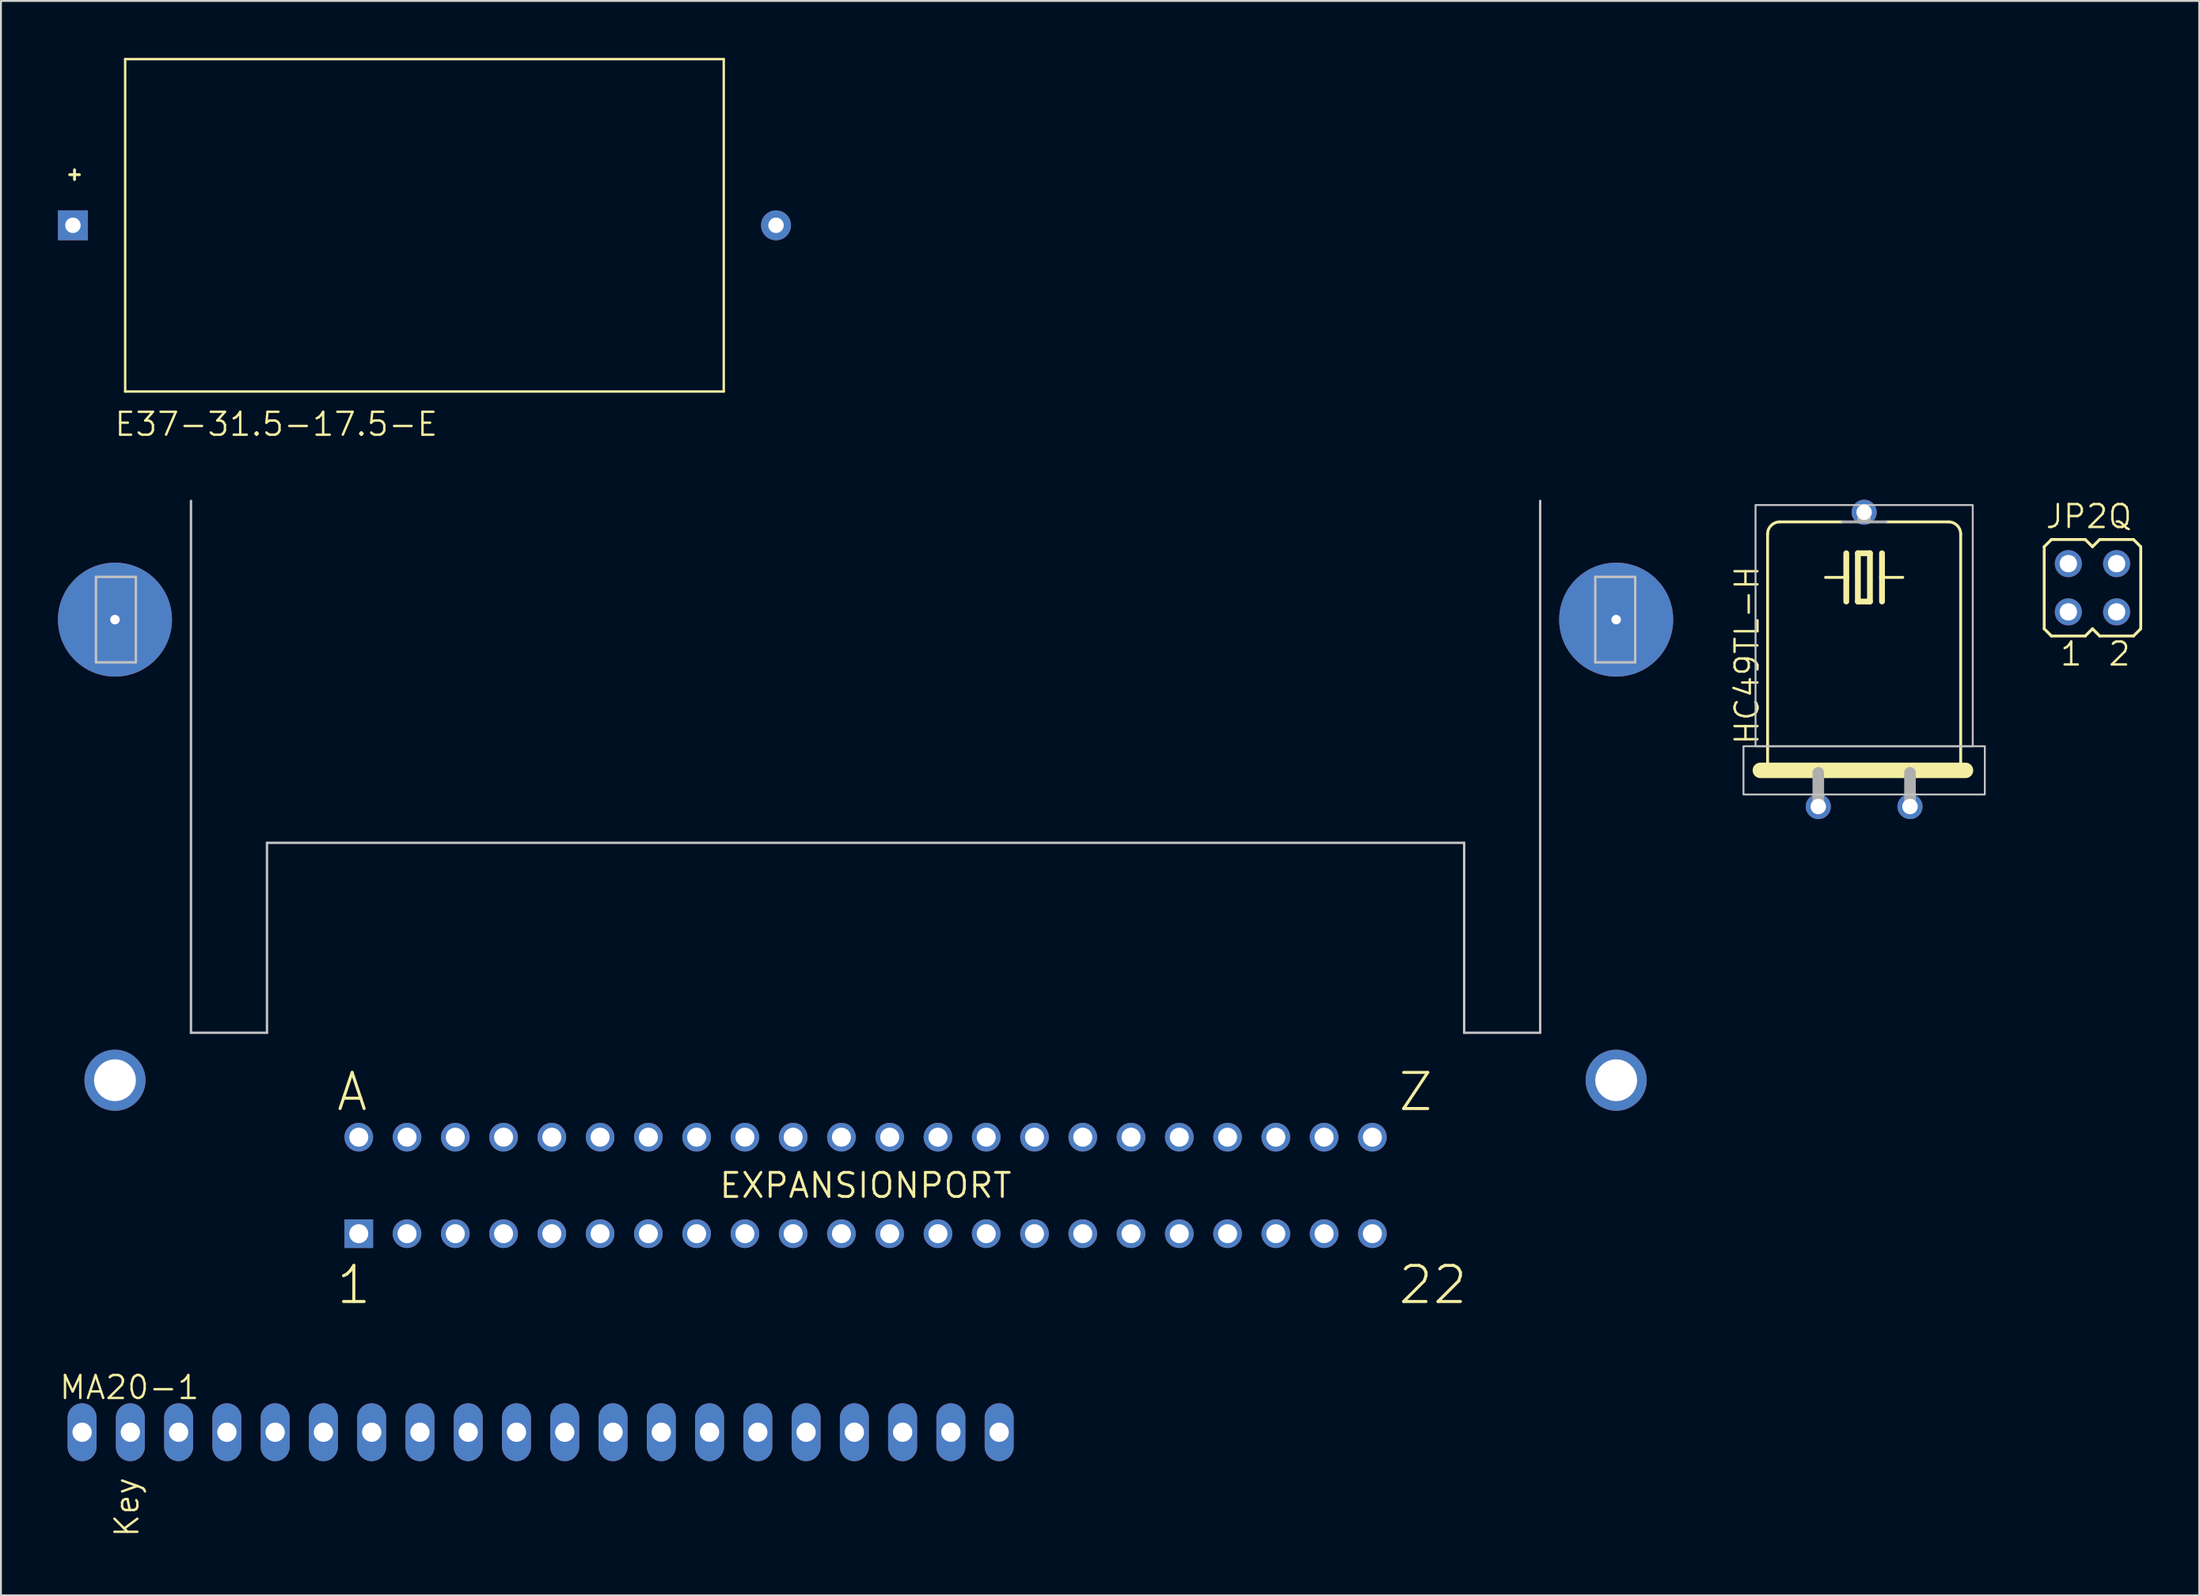
<source format=kicad_pcb>
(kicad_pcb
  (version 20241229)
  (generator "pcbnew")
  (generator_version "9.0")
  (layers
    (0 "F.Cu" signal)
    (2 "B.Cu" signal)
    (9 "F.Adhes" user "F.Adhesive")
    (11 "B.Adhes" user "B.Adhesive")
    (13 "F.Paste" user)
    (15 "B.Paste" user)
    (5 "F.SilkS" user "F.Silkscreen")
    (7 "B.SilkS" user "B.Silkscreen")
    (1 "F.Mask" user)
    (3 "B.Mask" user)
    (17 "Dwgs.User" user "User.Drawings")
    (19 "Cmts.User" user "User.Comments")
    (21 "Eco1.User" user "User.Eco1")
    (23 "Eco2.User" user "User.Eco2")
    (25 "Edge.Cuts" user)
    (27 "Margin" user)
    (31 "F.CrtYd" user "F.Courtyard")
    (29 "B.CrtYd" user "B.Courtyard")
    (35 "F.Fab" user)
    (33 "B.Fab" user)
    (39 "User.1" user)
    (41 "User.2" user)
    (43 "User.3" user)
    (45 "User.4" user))
  (footprint "JP2Q"
    (layer "F.Cu")
    (at 107.065 27.895)
    (property "Reference" "JP2Q" (at -2.54 -3.048 0) (layer "F.SilkS") (effects (font (size 1.206 1.206) (thickness 0.127)) (justify left bottom)))
    (attr through_hole)
    (fp_line (start -2.54 -2.159) (end -2.159 -2.54) (stroke (width 0.152) (type solid)) (layer "F.SilkS"))
    (fp_line (start -2.54 2.159) (end -2.54 -2.159) (stroke (width 0.152) (type solid)) (layer "F.SilkS"))
    (fp_line (start -2.54 2.159) (end -2.159 2.54) (stroke (width 0.152) (type solid)) (layer "F.SilkS"))
    (fp_line (start -2.159 -2.54) (end -0.381 -2.54) (stroke (width 0.152) (type solid)) (layer "F.SilkS"))
    (fp_line (start -2.159 2.54) (end -0.381 2.54) (stroke (width 0.152) (type solid)) (layer "F.SilkS"))
    (fp_line (start -0.381 -2.54) (end 0 -2.159) (stroke (width 0.152) (type solid)) (layer "F.SilkS"))
    (fp_line (start 0 -2.159) (end 0.381 -2.54) (stroke (width 0.152) (type solid)) (layer "F.SilkS"))
    (fp_line (start 0 2.159) (end -0.381 2.54) (stroke (width 0.152) (type solid)) (layer "F.SilkS"))
    (fp_line (start 0 2.159) (end 0.381 2.54) (stroke (width 0.152) (type solid)) (layer "F.SilkS"))
    (fp_line (start 0.381 -2.54) (end 2.159 -2.54) (stroke (width 0.152) (type solid)) (layer "F.SilkS"))
    (fp_line (start 2.159 2.54) (end 0.381 2.54) (stroke (width 0.152) (type solid)) (layer "F.SilkS"))
    (fp_line (start 2.54 -2.159) (end 2.159 -2.54) (stroke (width 0.152) (type solid)) (layer "F.SilkS"))
    (fp_line (start 2.54 -2.159) (end 2.54 2.159) (stroke (width 0.152) (type solid)) (layer "F.SilkS"))
    (fp_line (start 2.54 2.159) (end 2.159 2.54) (stroke (width 0.152) (type solid)) (layer "F.SilkS"))
    (fp_poly (pts (xy -1.575 -0.965) (xy -0.965 -0.965) (xy -0.965 -1.575) (xy -1.575 -1.575)) (stroke (width 0.1) (type solid)) (fill no) (layer "F.Fab"))
    (fp_poly (pts (xy -1.575 1.575) (xy -0.965 1.575) (xy -0.965 0.965) (xy -1.575 0.965)) (stroke (width 0.1) (type solid)) (fill no) (layer "F.Fab"))
    (fp_poly (pts (xy 0.965 -0.965) (xy 1.575 -0.965) (xy 1.575 -1.575) (xy 0.965 -1.575)) (stroke (width 0.1) (type solid)) (fill no) (layer "F.Fab"))
    (fp_poly (pts (xy 0.965 1.575) (xy 1.575 1.575) (xy 1.575 0.965) (xy 0.965 0.965)) (stroke (width 0.1) (type solid)) (fill no) (layer "F.Fab"))
    (fp_text user "1" (at -1.778 4.191 0) (layer "F.SilkS") (effects (font (size 1.206 1.206) (thickness 0.127)) (justify left bottom)))
    (fp_text user "2" (at 0.762 4.191 0) (layer "F.SilkS") (effects (font (size 1.206 1.206) (thickness 0.127)) (justify left bottom)))
    (pad "1" thru_hole circle (at -1.27 1.27) (size 1.422 1.422) (drill 0.914) (layers "*.Cu" "*.Mask"))
    (pad "2" thru_hole circle (at -1.27 -1.27) (size 1.422 1.422) (drill 0.914) (layers "*.Cu" "*.Mask"))
    (pad "3" thru_hole circle (at 1.27 1.27) (size 1.422 1.422) (drill 0.914) (layers "*.Cu" "*.Mask"))
    (pad "4" thru_hole circle (at 1.27 -1.27) (size 1.422 1.422) (drill 0.914) (layers "*.Cu" "*.Mask")))
  (footprint "MA20-1"
    (layer "F.Cu")
    (at 25.4 72.356)
    (property "Reference" "MA20-1" (at -25.4 -1.651 0) (layer "F.SilkS") (effects (font (size 1.206 1.206) (thickness 0.127)) (justify left bottom)))
    (attr through_hole)
    (fp_text user "Key" (at -22.479 2.286 90) (layer "F.SilkS") (effects (font (size 1.206 1.206) (thickness 0.127)) (justify right top)))
    (pad "1" thru_hole oval (at -24.13 0 90) (size 3.048 1.524) (drill 1.016) (layers "*.Cu" "*.Mask"))
    (pad "2" thru_hole oval (at -21.59 0 90) (size 3.048 1.524) (drill 1.016) (layers "*.Cu" "*.Mask"))
    (pad "3" thru_hole oval (at -19.05 0 90) (size 3.048 1.524) (drill 1.016) (layers "*.Cu" "*.Mask"))
    (pad "4" thru_hole oval (at -16.51 0 90) (size 3.048 1.524) (drill 1.016) (layers "*.Cu" "*.Mask"))
    (pad "5" thru_hole oval (at -13.97 0 90) (size 3.048 1.524) (drill 1.016) (layers "*.Cu" "*.Mask"))
    (pad "6" thru_hole oval (at -11.43 0 90) (size 3.048 1.524) (drill 1.016) (layers "*.Cu" "*.Mask"))
    (pad "7" thru_hole oval (at -8.89 0 90) (size 3.048 1.524) (drill 1.016) (layers "*.Cu" "*.Mask"))
    (pad "8" thru_hole oval (at -6.35 0 90) (size 3.048 1.524) (drill 1.016) (layers "*.Cu" "*.Mask"))
    (pad "9" thru_hole oval (at -3.81 0 90) (size 3.048 1.524) (drill 1.016) (layers "*.Cu" "*.Mask"))
    (pad "10" thru_hole oval (at -1.27 0 90) (size 3.048 1.524) (drill 1.016) (layers "*.Cu" "*.Mask"))
    (pad "11" thru_hole oval (at 1.27 0 90) (size 3.048 1.524) (drill 1.016) (layers "*.Cu" "*.Mask"))
    (pad "12" thru_hole oval (at 3.81 0 90) (size 3.048 1.524) (drill 1.016) (layers "*.Cu" "*.Mask"))
    (pad "13" thru_hole oval (at 6.35 0 90) (size 3.048 1.524) (drill 1.016) (layers "*.Cu" "*.Mask"))
    (pad "14" thru_hole oval (at 8.89 0 90) (size 3.048 1.524) (drill 1.016) (layers "*.Cu" "*.Mask"))
    (pad "15" thru_hole oval (at 11.43 0 90) (size 3.048 1.524) (drill 1.016) (layers "*.Cu" "*.Mask"))
    (pad "16" thru_hole oval (at 13.97 0 90) (size 3.048 1.524) (drill 1.016) (layers "*.Cu" "*.Mask"))
    (pad "17" thru_hole oval (at 16.51 0 90) (size 3.048 1.524) (drill 1.016) (layers "*.Cu" "*.Mask"))
    (pad "18" thru_hole oval (at 19.05 0 90) (size 3.048 1.524) (drill 1.016) (layers "*.Cu" "*.Mask"))
    (pad "19" thru_hole oval (at 21.59 0 90) (size 3.048 1.524) (drill 1.016) (layers "*.Cu" "*.Mask"))
    (pad "20" thru_hole oval (at 24.13 0 90) (size 3.048 1.524) (drill 1.016) (layers "*.Cu" "*.Mask")))
  (footprint "E37-31.5-17.5-E"
    (layer "F.Cu")
    (at 19.287 8.813)
    (property "Reference" "E37-31.5-17.5-E" (at -16.383 11.176 0) (layer "F.SilkS") (effects (font (size 1.206 1.206) (thickness 0.127)) (justify left bottom)))
    (attr through_hole)
    (fp_line (start -18.415 -2.921) (end -18.415 -2.413) (stroke (width 0.152) (type solid)) (layer "F.SilkS"))
    (fp_line (start -18.161 -2.667) (end -18.669 -2.667) (stroke (width 0.152) (type solid)) (layer "F.SilkS"))
    (fp_line (start -15.75 -8.75) (end 15.75 -8.75) (stroke (width 0.127) (type solid)) (layer "F.SilkS"))
    (fp_line (start -15.75 8.75) (end -15.75 -8.75) (stroke (width 0.127) (type solid)) (layer "F.SilkS"))
    (fp_line (start 15.75 -8.75) (end 15.75 8.75) (stroke (width 0.127) (type solid)) (layer "F.SilkS"))
    (fp_line (start 15.75 8.75) (end -15.75 8.75) (stroke (width 0.127) (type solid)) (layer "F.SilkS"))
    (pad "+" thru_hole rect (at -18.5 0) (size 1.575 1.575) (drill 0.813) (layers "*.Cu" "*.Mask"))
    (pad "-" thru_hole circle (at 18.5 0) (size 1.575 1.575) (drill 0.813) (layers "*.Cu" "*.Mask")))
  (footprint "HC49TL-H"
    (layer "F.Cu")
    (at 95.049 31.794)
    (property "Reference" "HC49TL-H" (at -5.461 4.445 90) (layer "F.SilkS") (effects (font (size 1.206 1.206) (thickness 0.127)) (justify left bottom)))
    (attr through_hole)
    (fp_line (start -5.08 -6.731) (end -5.08 5.715) (stroke (width 0.152) (type solid)) (layer "F.SilkS"))
    (fp_line (start -1.143 -7.366) (end -4.445 -7.366) (stroke (width 0.152) (type solid)) (layer "F.SilkS"))
    (fp_line (start -0.94 -5.715) (end -0.94 -4.445) (stroke (width 0.305) (type solid)) (layer "F.SilkS"))
    (fp_line (start -0.94 -4.445) (end -2.032 -4.445) (stroke (width 0.152) (type solid)) (layer "F.SilkS"))
    (fp_line (start -0.94 -4.445) (end -0.94 -3.175) (stroke (width 0.305) (type solid)) (layer "F.SilkS"))
    (fp_line (start -0.33 -5.715) (end -0.33 -3.175) (stroke (width 0.305) (type solid)) (layer "F.SilkS"))
    (fp_line (start -0.33 -3.175) (end 0.305 -3.175) (stroke (width 0.305) (type solid)) (layer "F.SilkS"))
    (fp_line (start 0.305 -5.715) (end -0.33 -5.715) (stroke (width 0.305) (type solid)) (layer "F.SilkS"))
    (fp_line (start 0.305 -3.175) (end 0.305 -5.715) (stroke (width 0.305) (type solid)) (layer "F.SilkS"))
    (fp_line (start 0.94 -5.715) (end 0.94 -4.445) (stroke (width 0.305) (type solid)) (layer "F.SilkS"))
    (fp_line (start 0.94 -4.445) (end 0.94 -3.175) (stroke (width 0.305) (type solid)) (layer "F.SilkS"))
    (fp_line (start 0.94 -4.445) (end 2.032 -4.445) (stroke (width 0.152) (type solid)) (layer "F.SilkS"))
    (fp_line (start 4.445 -7.366) (end 1.143 -7.366) (stroke (width 0.152) (type solid)) (layer "F.SilkS"))
    (fp_line (start 5.08 5.715) (end 5.08 -6.731) (stroke (width 0.152) (type solid)) (layer "F.SilkS"))
    (fp_line (start 5.334 5.715) (end -5.461 5.715) (stroke (width 0.813) (type solid)) (layer "F.SilkS"))
    (fp_arc (start -5.08 -6.731) (mid -4.894013 -7.180013) (end -4.445 -7.366) (stroke (width 0.1524) (type solid)) (layer "F.SilkS"))
    (fp_arc (start 4.445 -7.366) (mid 4.894013 -7.180013) (end 5.08 -6.731) (stroke (width 0.1524) (type solid)) (layer "F.SilkS"))
    (fp_poly (pts (xy -6.35 6.985) (xy 6.35 6.985) (xy 6.35 4.445) (xy -6.35 4.445)) (stroke (width 0.1) (type solid)) (fill no) (layer "Dwgs.User"))
    (fp_poly (pts (xy -5.715 4.445) (xy 5.715 4.445) (xy 5.715 -8.255) (xy -5.715 -8.255)) (stroke (width 0.1) (type solid)) (fill no) (layer "Dwgs.User"))
    (fp_line (start -2.413 5.842) (end -2.413 7.62) (stroke (width 0.61) (type solid)) (layer "F.Fab"))
    (fp_line (start 0 -7.874) (end 0 -7.62) (stroke (width 0.61) (type solid)) (layer "F.Fab"))
    (fp_line (start 1.143 -7.366) (end -1.143 -7.366) (stroke (width 0.152) (type solid)) (layer "F.Fab"))
    (fp_line (start 2.413 5.842) (end 2.413 7.62) (stroke (width 0.61) (type solid)) (layer "F.Fab"))
    (fp_poly (pts (xy -0.305 -7.366) (xy 0.305 -7.366) (xy 0.305 -7.569) (xy -0.305 -7.569)) (stroke (width 0.1) (type solid)) (fill no) (layer "F.Fab"))
    (pad "1" thru_hole circle (at -2.413 7.62) (size 1.321 1.321) (drill 0.813) (layers "*.Cu" "*.Mask"))
    (pad "2" thru_hole circle (at 2.413 7.62) (size 1.321 1.321) (drill 0.813) (layers "*.Cu" "*.Mask"))
    (pad "3" thru_hole circle (at 0 -7.874) (size 1.321 1.321) (drill 0.813) (layers "*.Cu" "*.Mask")))
  (footprint "EXPANSIONPORT"
    (layer "F.Cu")
    (at 42.5 59.363)
    (property "Reference" "EXPANSIONPORT" (at 0 0 0) (layer "F.SilkS") (effects (font (size 1.27 1.27) (thickness 0.15))))
    (attr through_hole)
    (fp_line (start -40.5 -32.04) (end -40.5 -27.54) (stroke (width 0.127) (type solid)) (layer "Dwgs.User"))
    (fp_line (start -40.5 -27.54) (end -38.4 -27.54) (stroke (width 0.127) (type solid)) (layer "Dwgs.User"))
    (fp_line (start -38.4 -32.04) (end -40.5 -32.04) (stroke (width 0.127) (type solid)) (layer "Dwgs.User"))
    (fp_line (start -38.4 -27.54) (end -38.4 -32.04) (stroke (width 0.127) (type solid)) (layer "Dwgs.User"))
    (fp_line (start -35.5 -36.04) (end -35.5 -8.04) (stroke (width 0.127) (type solid)) (layer "Dwgs.User"))
    (fp_line (start -35.5 -8.04) (end -31.5 -8.04) (stroke (width 0.127) (type solid)) (layer "Dwgs.User"))
    (fp_line (start -31.5 -8.04) (end -31.5 -18.04) (stroke (width 0.127) (type solid)) (layer "Dwgs.User"))
    (fp_line (start 31.5 -18.04) (end -31.5 -18.04) (stroke (width 0.127) (type solid)) (layer "Dwgs.User"))
    (fp_line (start 31.5 -8.04) (end 31.5 -18.04) (stroke (width 0.127) (type solid)) (layer "Dwgs.User"))
    (fp_line (start 31.5 -8.04) (end 35.5 -8.04) (stroke (width 0.127) (type solid)) (layer "Dwgs.User"))
    (fp_line (start 35.5 -36.04) (end 35.5 -8.04) (stroke (width 0.127) (type solid)) (layer "Dwgs.User"))
    (fp_line (start 38.4 -32.04) (end 38.4 -27.54) (stroke (width 0.127) (type solid)) (layer "Dwgs.User"))
    (fp_line (start 38.4 -27.54) (end 40.5 -27.54) (stroke (width 0.127) (type solid)) (layer "Dwgs.User"))
    (fp_line (start 40.5 -32.04) (end 38.4 -32.04) (stroke (width 0.127) (type solid)) (layer "Dwgs.User"))
    (fp_line (start 40.5 -27.54) (end 40.5 -32.04) (stroke (width 0.127) (type solid)) (layer "Dwgs.User"))
    (fp_text user "Z" (at 27.94 -3.81 0) (layer "F.SilkS") (effects (font (size 1.9 1.9) (thickness 0.16)) (justify left bottom)))
    (fp_text user "22" (at 27.94 6.35 0) (layer "F.SilkS") (effects (font (size 1.9 1.9) (thickness 0.16)) (justify left bottom)))
    (fp_text user "A" (at -27.94 -3.81 0) (layer "F.SilkS") (effects (font (size 1.9 1.9) (thickness 0.16)) (justify left bottom)))
    (fp_text user "1" (at -27.94 6.35 0) (layer "F.SilkS") (effects (font (size 1.9 1.9) (thickness 0.16)) (justify left bottom)))
    (pad "1" thru_hole rect (at -26.67 2.54) (size 1.508 1.508) (drill 1) (layers "*.Cu" "*.Mask"))
    (pad "2" thru_hole circle (at -24.13 2.54) (size 1.508 1.508) (drill 1) (layers "*.Cu" "*.Mask"))
    (pad "3" thru_hole circle (at -21.59 2.54) (size 1.508 1.508) (drill 1) (layers "*.Cu" "*.Mask"))
    (pad "4" thru_hole circle (at -19.05 2.54) (size 1.508 1.508) (drill 1) (layers "*.Cu" "*.Mask"))
    (pad "5" thru_hole circle (at -16.51 2.54) (size 1.508 1.508) (drill 1) (layers "*.Cu" "*.Mask"))
    (pad "6" thru_hole circle (at -13.97 2.54) (size 1.508 1.508) (drill 1) (layers "*.Cu" "*.Mask"))
    (pad "7" thru_hole circle (at -11.43 2.54) (size 1.508 1.508) (drill 1) (layers "*.Cu" "*.Mask"))
    (pad "8" thru_hole circle (at -8.89 2.54) (size 1.508 1.508) (drill 1) (layers "*.Cu" "*.Mask"))
    (pad "9" thru_hole circle (at -6.35 2.54) (size 1.508 1.508) (drill 1) (layers "*.Cu" "*.Mask"))
    (pad "10" thru_hole circle (at -3.81 2.54) (size 1.508 1.508) (drill 1) (layers "*.Cu" "*.Mask"))
    (pad "11" thru_hole circle (at -1.27 2.54) (size 1.508 1.508) (drill 1) (layers "*.Cu" "*.Mask"))
    (pad "12" thru_hole circle (at 1.27 2.54) (size 1.508 1.508) (drill 1) (layers "*.Cu" "*.Mask"))
    (pad "13" thru_hole circle (at 3.81 2.54) (size 1.508 1.508) (drill 1) (layers "*.Cu" "*.Mask"))
    (pad "14" thru_hole circle (at 6.35 2.54) (size 1.508 1.508) (drill 1) (layers "*.Cu" "*.Mask"))
    (pad "15" thru_hole circle (at 8.89 2.54) (size 1.508 1.508) (drill 1) (layers "*.Cu" "*.Mask"))
    (pad "16" thru_hole circle (at 11.43 2.54) (size 1.508 1.508) (drill 1) (layers "*.Cu" "*.Mask"))
    (pad "17" thru_hole circle (at 13.97 2.54) (size 1.508 1.508) (drill 1) (layers "*.Cu" "*.Mask"))
    (pad "18" thru_hole circle (at 16.51 2.54) (size 1.508 1.508) (drill 1) (layers "*.Cu" "*.Mask"))
    (pad "19" thru_hole circle (at 19.05 2.54) (size 1.508 1.508) (drill 1) (layers "*.Cu" "*.Mask"))
    (pad "20" thru_hole circle (at 21.59 2.54) (size 1.508 1.508) (drill 1) (layers "*.Cu" "*.Mask"))
    (pad "21" thru_hole circle (at 24.13 2.54) (size 1.508 1.508) (drill 1) (layers "*.Cu" "*.Mask"))
    (pad "22" thru_hole circle (at 26.67 2.54) (size 1.508 1.508) (drill 1) (layers "*.Cu" "*.Mask"))
    (pad "A" thru_hole circle (at -26.67 -2.54) (size 1.508 1.508) (drill 1) (layers "*.Cu" "*.Mask"))
    (pad "B" thru_hole circle (at -24.13 -2.54) (size 1.508 1.508) (drill 1) (layers "*.Cu" "*.Mask"))
    (pad "C" thru_hole circle (at -21.59 -2.54) (size 1.508 1.508) (drill 1) (layers "*.Cu" "*.Mask"))
    (pad "D" thru_hole circle (at -19.05 -2.54) (size 1.508 1.508) (drill 1) (layers "*.Cu" "*.Mask"))
    (pad "E" thru_hole circle (at -16.51 -2.54) (size 1.508 1.508) (drill 1) (layers "*.Cu" "*.Mask"))
    (pad "F" thru_hole circle (at -13.97 -2.54) (size 1.508 1.508) (drill 1) (layers "*.Cu" "*.Mask"))
    (pad "H" thru_hole circle (at -11.43 -2.54) (size 1.508 1.508) (drill 1) (layers "*.Cu" "*.Mask"))
    (pad "J" thru_hole circle (at -8.89 -2.54) (size 1.508 1.508) (drill 1) (layers "*.Cu" "*.Mask"))
    (pad "K" thru_hole circle (at -6.35 -2.54) (size 1.508 1.508) (drill 1) (layers "*.Cu" "*.Mask"))
    (pad "L" thru_hole circle (at -3.81 -2.54) (size 1.508 1.508) (drill 1) (layers "*.Cu" "*.Mask"))
    (pad "M" thru_hole circle (at -1.27 -2.54) (size 1.508 1.508) (drill 1) (layers "*.Cu" "*.Mask"))
    (pad "N" thru_hole circle (at 1.27 -2.54) (size 1.508 1.508) (drill 1) (layers "*.Cu" "*.Mask"))
    (pad "P" thru_hole circle (at 3.81 -2.54) (size 1.508 1.508) (drill 1) (layers "*.Cu" "*.Mask"))
    (pad "P$1" thru_hole circle (at -39.5 -5.54) (size 3.216 3.216) (drill 2.2) (layers "*.Cu" "*.Mask"))
    (pad "P$2" thru_hole circle (at 39.5 -5.54) (size 3.216 3.216) (drill 2.2) (layers "*.Cu" "*.Mask"))
    (pad "P$3" thru_hole circle (at -39.5 -29.79) (size 6 6) (drill 0.5) (layers "*.Cu" "*.Mask"))
    (pad "P$4" thru_hole circle (at 39.5 -29.79) (size 6 6) (drill 0.5) (layers "*.Cu" "*.Mask"))
    (pad "R" thru_hole circle (at 6.35 -2.54) (size 1.508 1.508) (drill 1) (layers "*.Cu" "*.Mask"))
    (pad "S" thru_hole circle (at 8.89 -2.54) (size 1.508 1.508) (drill 1) (layers "*.Cu" "*.Mask"))
    (pad "T" thru_hole circle (at 11.43 -2.54) (size 1.508 1.508) (drill 1) (layers "*.Cu" "*.Mask"))
    (pad "U" thru_hole circle (at 13.97 -2.54) (size 1.508 1.508) (drill 1) (layers "*.Cu" "*.Mask"))
    (pad "V" thru_hole circle (at 16.51 -2.54) (size 1.508 1.508) (drill 1) (layers "*.Cu" "*.Mask"))
    (pad "W" thru_hole circle (at 19.05 -2.54) (size 1.508 1.508) (drill 1) (layers "*.Cu" "*.Mask"))
    (pad "X" thru_hole circle (at 21.59 -2.54) (size 1.508 1.508) (drill 1) (layers "*.Cu" "*.Mask"))
    (pad "Y" thru_hole circle (at 24.13 -2.54) (size 1.508 1.508) (drill 1) (layers "*.Cu" "*.Mask"))
    (pad "Z" thru_hole circle (at 26.67 -2.54) (size 1.508 1.508) (drill 1) (layers "*.Cu" "*.Mask")))
  (gr_rect
    (start -3 -3)
    (end 112.681 80.942)
    (stroke (width 0.1) (type default))
    (fill no)
    (layer "Edge.Cuts")))
</source>
